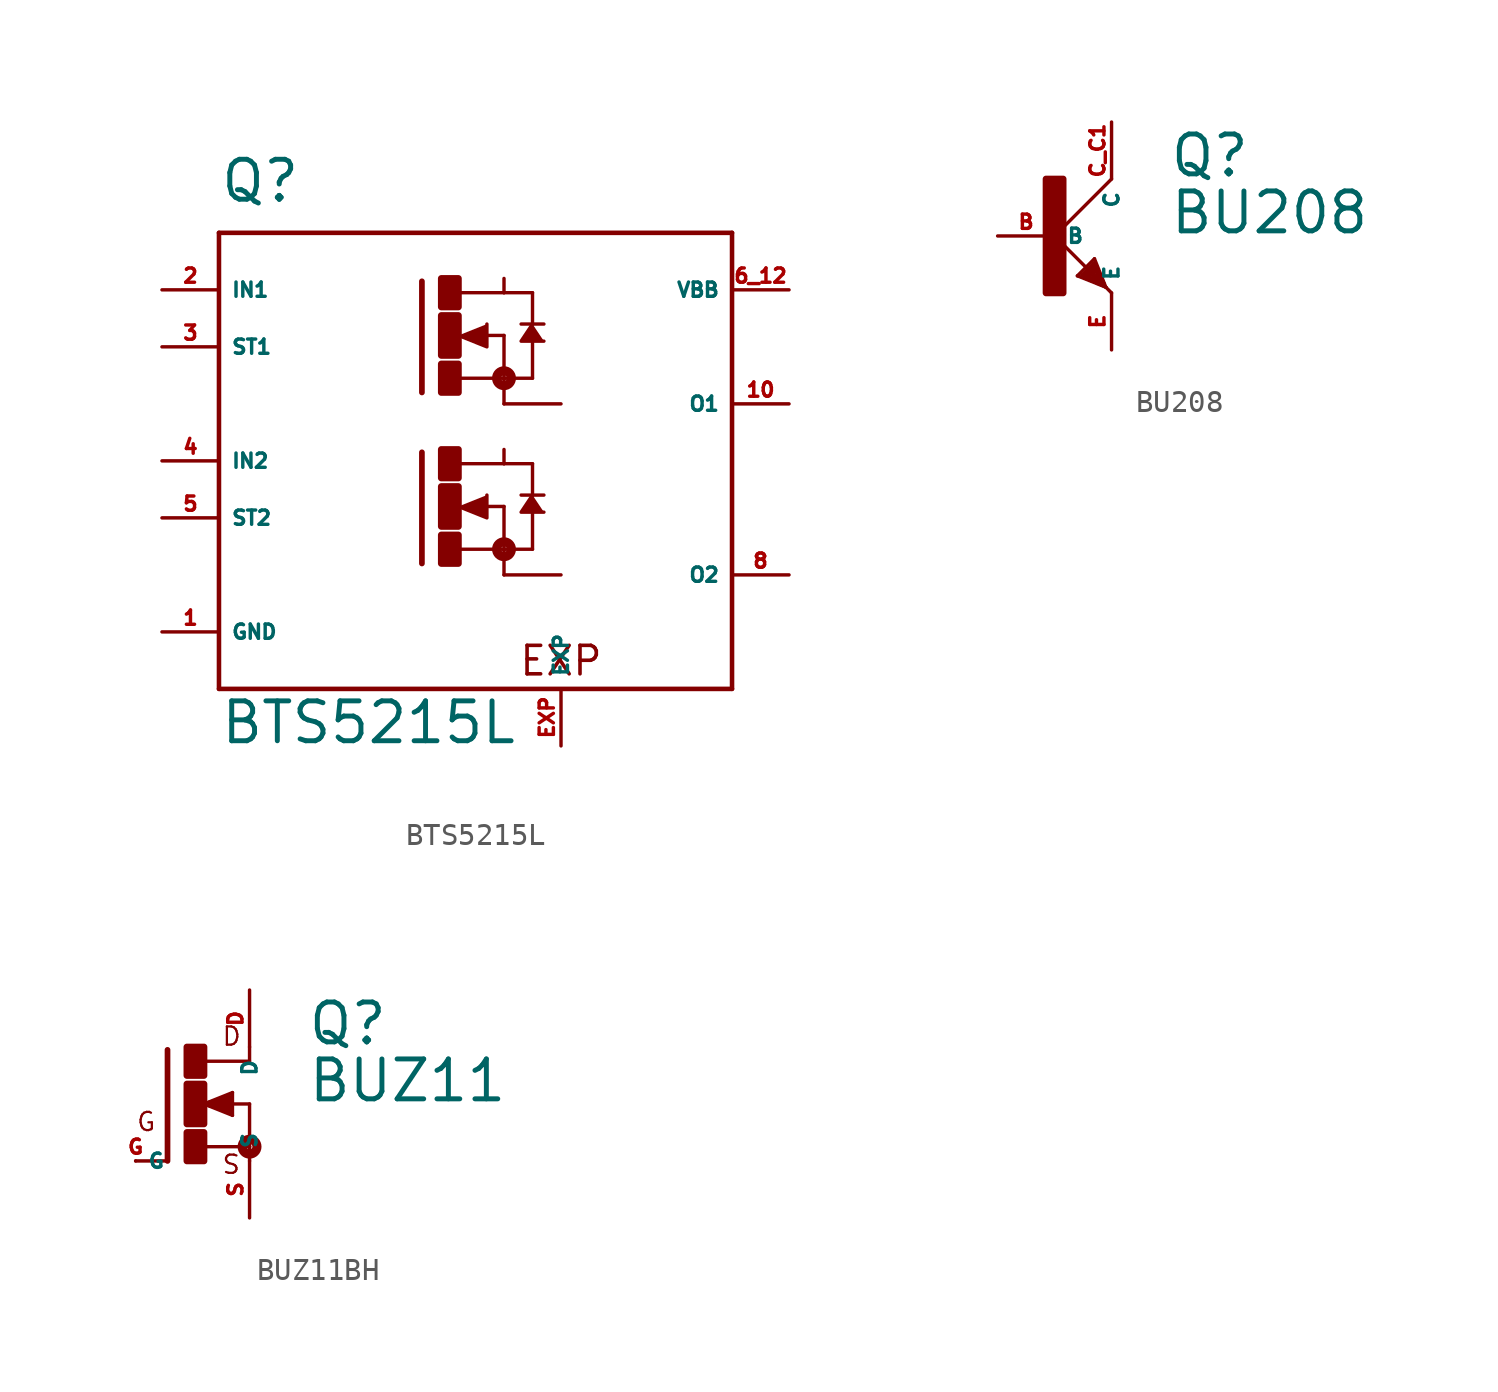
<source format=kicad_sym>
(kicad_symbol_lib
  (version 20220914)
  (generator Eagle2Kicad)
  (symbol "BTS5215L"
    (property "Reference" "Q"
      (at -10.16 11.43 0)
      (effects (font (size 1.778 1.778) (thickness 0.22)) (justify left bottom)))
    (property "Value" "BTS5215L"
      (at -10.16 -12.7 0)
      (effects (font (size 1.778 1.778) (thickness 0.22)) (justify left bottom)))
    (polyline
      (pts (xy 0.508 5.588) (xy 1.778 5.08) (xy 1.778 6.096))
      (stroke (width 0.152) (type default))
      (fill (type outline)))
    (polyline
      (pts (xy 3.81 6.096) (xy 3.302 5.334) (xy 4.318 5.334))
      (stroke (width 0.152) (type default))
      (fill (type outline)))
    (polyline
      (pts (xy 0.508 -2.032) (xy 1.778 -2.54) (xy 1.778 -1.524))
      (stroke (width 0.152) (type default))
      (fill (type outline)))
    (polyline
      (pts (xy 3.81 -1.524) (xy 3.302 -2.286) (xy 4.318 -2.286))
      (stroke (width 0.152) (type default))
      (fill (type outline)))
    (polyline
      (pts (xy -10.16 10.16) (xy -10.16 -10.16))
      (stroke (width 0.203) (type default))
      (fill (type none)))
    (polyline
      (pts (xy -10.16 -10.16) (xy 12.7 -10.16))
      (stroke (width 0.203) (type default))
      (fill (type none)))
    (polyline
      (pts (xy 12.7 -10.16) (xy 12.7 10.16))
      (stroke (width 0.203) (type default))
      (fill (type none)))
    (polyline
      (pts (xy 12.7 10.16) (xy -10.16 10.16))
      (stroke (width 0.203) (type default))
      (fill (type none)))
    (polyline
      (pts (xy -1.118 8.001) (xy -1.118 3.048))
      (stroke (width 0.254) (type default))
      (fill (type none)))
    (polyline
      (pts (xy 2.54 8.128) (xy 2.54 7.493))
      (stroke (width 0.152) (type default))
      (fill (type none)))
    (polyline
      (pts (xy 2.54 5.588) (xy 2.54 3.683))
      (stroke (width 0.152) (type default))
      (fill (type none)))
    (polyline
      (pts (xy 0.508 3.683) (xy 2.54 3.683))
      (stroke (width 0.152) (type default))
      (fill (type none)))
    (polyline
      (pts (xy 2.54 3.683) (xy 2.54 2.54))
      (stroke (width 0.152) (type default))
      (fill (type none)))
    (polyline
      (pts (xy 2.54 2.54) (xy 5.08 2.54))
      (stroke (width 0.152) (type default))
      (fill (type none)))
    (polyline
      (pts (xy 1.651 5.588) (xy 2.54 5.588))
      (stroke (width 0.152) (type default))
      (fill (type none)))
    (polyline
      (pts (xy 3.302 6.096) (xy 3.81 6.096))
      (stroke (width 0.152) (type default))
      (fill (type none)))
    (polyline
      (pts (xy 3.81 6.096) (xy 4.318 6.096))
      (stroke (width 0.152) (type default))
      (fill (type none)))
    (polyline
      (pts (xy 3.81 7.493) (xy 2.54 7.493))
      (stroke (width 0.152) (type default))
      (fill (type none)))
    (polyline
      (pts (xy 2.54 7.493) (xy 0.533 7.493))
      (stroke (width 0.152) (type default))
      (fill (type none)))
    (polyline
      (pts (xy 3.81 6.096) (xy 3.81 7.493))
      (stroke (width 0.152) (type default))
      (fill (type none)))
    (polyline
      (pts (xy 3.81 3.683) (xy 3.81 5.461))
      (stroke (width 0.152) (type default))
      (fill (type none)))
    (polyline
      (pts (xy 3.81 3.683) (xy 2.54 3.683))
      (stroke (width 0.152) (type default))
      (fill (type none)))
    (polyline
      (pts (xy -1.118 0.381) (xy -1.118 -4.572))
      (stroke (width 0.254) (type default))
      (fill (type none)))
    (polyline
      (pts (xy 2.54 0.508) (xy 2.54 -0.127))
      (stroke (width 0.152) (type default))
      (fill (type none)))
    (polyline
      (pts (xy 2.54 -2.032) (xy 2.54 -3.937))
      (stroke (width 0.152) (type default))
      (fill (type none)))
    (polyline
      (pts (xy 0.508 -3.937) (xy 2.54 -3.937))
      (stroke (width 0.152) (type default))
      (fill (type none)))
    (polyline
      (pts (xy 2.54 -3.937) (xy 2.54 -5.08))
      (stroke (width 0.152) (type default))
      (fill (type none)))
    (polyline
      (pts (xy 2.54 -5.08) (xy 5.08 -5.08))
      (stroke (width 0.152) (type default))
      (fill (type none)))
    (polyline
      (pts (xy 1.651 -2.032) (xy 2.54 -2.032))
      (stroke (width 0.152) (type default))
      (fill (type none)))
    (polyline
      (pts (xy 3.302 -1.524) (xy 3.81 -1.524))
      (stroke (width 0.152) (type default))
      (fill (type none)))
    (polyline
      (pts (xy 3.81 -1.524) (xy 4.318 -1.524))
      (stroke (width 0.152) (type default))
      (fill (type none)))
    (polyline
      (pts (xy 3.81 -0.127) (xy 2.54 -0.127))
      (stroke (width 0.152) (type default))
      (fill (type none)))
    (polyline
      (pts (xy 2.54 -0.127) (xy 0.533 -0.127))
      (stroke (width 0.152) (type default))
      (fill (type none)))
    (polyline
      (pts (xy 3.81 -1.524) (xy 3.81 -0.127))
      (stroke (width 0.152) (type default))
      (fill (type none)))
    (polyline
      (pts (xy 3.81 -3.937) (xy 3.81 -2.159))
      (stroke (width 0.152) (type default))
      (fill (type none)))
    (polyline
      (pts (xy 3.81 -3.937) (xy 2.54 -3.937))
      (stroke (width 0.152) (type default))
      (fill (type none)))
    (text "EXP"
      (at 5.08 -9.652 0)
      (effects (font (size 1.27 1.27) (thickness 0.16)) (justify bottom)))
    (circle
      (center 2.54 3.683)
      (radius 0.127)
      (stroke (width 0.406) (type default))
      (fill (type none)))
    (circle
      (center 2.54 -3.937)
      (radius 0.127)
      (stroke (width 0.406) (type default))
      (fill (type none)))
    (rectangle
      (start -0.254 3.048)
      (end 0.508 4.318)
      (stroke (width 0.3) (type default))
      (fill (type outline)))
    (rectangle
      (start -0.254 6.858)
      (end 0.508 8.128)
      (stroke (width 0.3) (type default))
      (fill (type outline)))
    (rectangle
      (start -0.254 4.699)
      (end 0.508 6.477)
      (stroke (width 0.3) (type default))
      (fill (type outline)))
    (rectangle
      (start -0.254 -4.572)
      (end 0.508 -3.302)
      (stroke (width 0.3) (type default))
      (fill (type outline)))
    (rectangle
      (start -0.254 -0.762)
      (end 0.508 0.508)
      (stroke (width 0.3) (type default))
      (fill (type outline)))
    (rectangle
      (start -0.254 -2.921)
      (end 0.508 -1.143)
      (stroke (width 0.3) (type default))
      (fill (type outline)))
    (pin input line
      (at -12.7 7.62 0)
      (length 2.54)
      (name "IN1" (effects (font (size 0.635 0.635) (thickness 0.08)) (justify left bottom)))
      (number "2" (effects (font (size 0.635 0.635) (thickness 0.08)) (justify left bottom))))
    (pin input line
      (at -12.7 0 0)
      (length 2.54)
      (name "IN2" (effects (font (size 0.635 0.635) (thickness 0.08)) (justify left bottom)))
      (number "4" (effects (font (size 0.635 0.635) (thickness 0.08)) (justify left bottom))))
    (pin input line
      (at -12.7 5.08 0)
      (length 2.54)
      (name "ST1" (effects (font (size 0.635 0.635) (thickness 0.08)) (justify left bottom)))
      (number "3" (effects (font (size 0.635 0.635) (thickness 0.08)) (justify left bottom))))
    (pin input line
      (at -12.7 -2.54 0)
      (length 2.54)
      (name "ST2" (effects (font (size 0.635 0.635) (thickness 0.08)) (justify left bottom)))
      (number "5" (effects (font (size 0.635 0.635) (thickness 0.08)) (justify left bottom))))
    (pin input line
      (at 15.24 2.54 180)
      (length 2.54)
      (name "O1" (effects (font (size 0.635 0.635) (thickness 0.08)) (justify left bottom)))
      (number "10" (effects (font (size 0.635 0.635) (thickness 0.08)) (justify left bottom))))
    (pin input line
      (at 15.24 -5.08 180)
      (length 2.54)
      (name "O2" (effects (font (size 0.635 0.635) (thickness 0.08)) (justify left bottom)))
      (number "8" (effects (font (size 0.635 0.635) (thickness 0.08)) (justify left bottom))))
    (pin unspecified line
      (at 15.24 7.62 180)
      (length 2.54)
      (name "VBB" (effects (font (size 0.635 0.635) (thickness 0.08)) (justify left bottom)))
      (number "6 12" (effects (font (size 0.635 0.635) (thickness 0.08)) (justify left bottom))))
    (pin unspecified line
      (at -12.7 -7.62 0)
      (length 2.54)
      (name "GND" (effects (font (size 0.635 0.635) (thickness 0.08)) (justify left bottom)))
      (number "1" (effects (font (size 0.635 0.635) (thickness 0.08)) (justify left bottom))))
    (pin passive line
      (at 5.08 -12.7 90)
      (length 2.54)
      (name "EXP" (effects (font (size 0.635 0.635) (thickness 0.08)) (justify left bottom)))
      (number "EXP" (effects (font (size 0.635 0.635) (thickness 0.08)) (justify left bottom)))))
  (symbol "BU208"
    (property "Reference" "Q"
      (at 5.08 2.54 0)
      (effects (font (size 1.778 1.778) (thickness 0.22)) (justify left bottom)))
    (property "Value" "BU208"
      (at 5.08 0 0)
      (effects (font (size 1.778 1.778) (thickness 0.22)) (justify left bottom)))
    (polyline
      (pts (xy 2.54 2.54) (xy 0 0))
      (stroke (width 0.152) (type default))
      (fill (type none)))
    (polyline
      (pts (xy 0 0) (xy 1.651 -1.651))
      (stroke (width 0.152) (type default))
      (fill (type none)))
    (polyline
      (pts (xy 2.159 -2.159) (xy 2.286 -2.286))
      (stroke (width 0.152) (type default))
      (fill (type none)))
    (polyline
      (pts (xy 1.778 -1.016) (xy 2.286 -2.286))
      (stroke (width 0.152) (type default))
      (fill (type none)))
    (polyline
      (pts (xy 2.286 -2.286) (xy 2.54 -2.54))
      (stroke (width 0.152) (type default))
      (fill (type none)))
    (polyline
      (pts (xy 2.286 -2.286) (xy 1.016 -1.778))
      (stroke (width 0.152) (type default))
      (fill (type none)))
    (polyline
      (pts (xy 1.016 -1.778) (xy 1.778 -1.016))
      (stroke (width 0.152) (type default))
      (fill (type none)))
    (polyline
      (pts (xy 2.159 -2.159) (xy 1.778 -1.27))
      (stroke (width 0.254) (type default))
      (fill (type none)))
    (polyline
      (pts (xy 1.778 -1.27) (xy 1.27 -1.778))
      (stroke (width 0.254) (type default))
      (fill (type none)))
    (polyline
      (pts (xy 1.27 -1.778) (xy 2.159 -2.159))
      (stroke (width 0.254) (type default))
      (fill (type none)))
    (polyline
      (pts (xy 2.159 -2.159) (xy 1.651 -1.651))
      (stroke (width 0.254) (type default))
      (fill (type none)))
    (polyline
      (pts (xy 1.524 -1.778) (xy 1.778 -1.524))
      (stroke (width 0.254) (type default))
      (fill (type none)))
    (rectangle
      (start -0.381 -2.54)
      (end 0.381 2.54)
      (stroke (width 0.3) (type default))
      (fill (type outline)))
    (pin passive line
      (at -2.54 0 0)
      (length 2.54)
      (name "B" (effects (font (size 0.635 0.635) (thickness 0.08)) (justify left bottom)))
      (number "B" (effects (font (size 0.635 0.635) (thickness 0.08)) (justify left bottom))))
    (pin passive line
      (at 2.54 -5.08 90)
      (length 2.54)
      (name "E" (effects (font (size 0.635 0.635) (thickness 0.08)) (justify left bottom)))
      (number "E" (effects (font (size 0.635 0.635) (thickness 0.08)) (justify left bottom))))
    (pin passive line
      (at 2.54 5.08 270)
      (length 2.54)
      (name "C" (effects (font (size 0.635 0.635) (thickness 0.08)) (justify left bottom)))
      (number "C C1" (effects (font (size 0.635 0.635) (thickness 0.08)) (justify left bottom)))))
  (symbol "BUZ11BH"
    (property "Reference" "Q"
      (at 5.08 2.54 0)
      (effects (font (size 1.778 1.778) (thickness 0.22)) (justify left bottom)))
    (property "Value" "BUZ11"
      (at 5.08 0 0)
      (effects (font (size 1.778 1.778) (thickness 0.22)) (justify left bottom)))
    (polyline
      (pts (xy -1.118 2.413) (xy -1.118 -2.54))
      (stroke (width 0.254) (type default))
      (fill (type none)))
    (polyline
      (pts (xy -1.118 -2.54) (xy -2.54 -2.54))
      (stroke (width 0.152) (type default))
      (fill (type none)))
    (polyline
      (pts (xy 2.54 1.905) (xy 0.533 1.905))
      (stroke (width 0.152) (type default))
      (fill (type none)))
    (polyline
      (pts (xy 2.54 2.54) (xy 2.54 1.905))
      (stroke (width 0.152) (type default))
      (fill (type none)))
    (polyline
      (pts (xy 2.54 0) (xy 2.54 -1.905))
      (stroke (width 0.152) (type default))
      (fill (type none)))
    (polyline
      (pts (xy 0.508 -1.905) (xy 2.54 -1.905))
      (stroke (width 0.152) (type default))
      (fill (type none)))
    (polyline
      (pts (xy 2.54 -1.905) (xy 2.54 -2.54))
      (stroke (width 0.152) (type default))
      (fill (type none)))
    (polyline
      (pts (xy 0.508 0) (xy 1.778 -0.508))
      (stroke (width 0.152) (type default))
      (fill (type none)))
    (polyline
      (pts (xy 1.778 -0.508) (xy 1.778 0.508))
      (stroke (width 0.152) (type default))
      (fill (type none)))
    (polyline
      (pts (xy 1.778 0.508) (xy 0.508 0))
      (stroke (width 0.152) (type default))
      (fill (type none)))
    (polyline
      (pts (xy 1.651 0) (xy 2.54 0))
      (stroke (width 0.152) (type default))
      (fill (type none)))
    (polyline
      (pts (xy 1.651 0.254) (xy 0.762 0))
      (stroke (width 0.305) (type default))
      (fill (type none)))
    (polyline
      (pts (xy 0.762 0) (xy 1.651 -0.254))
      (stroke (width 0.305) (type default))
      (fill (type none)))
    (polyline
      (pts (xy 1.651 -0.254) (xy 1.651 0))
      (stroke (width 0.305) (type default))
      (fill (type none)))
    (polyline
      (pts (xy 1.651 0) (xy 1.397 0))
      (stroke (width 0.305) (type default))
      (fill (type none)))
    (text "D"
      (at 1.27 2.54 0)
      (effects (font (size 0.813 0.813) (thickness 0.10)) (justify left bottom)))
    (text "S"
      (at 1.27 -3.175 0)
      (effects (font (size 0.813 0.813) (thickness 0.10)) (justify left bottom)))
    (text "G"
      (at -2.54 -1.27 0)
      (effects (font (size 0.813 0.813) (thickness 0.10)) (justify left bottom)))
    (circle
      (center 2.54 -1.905)
      (radius 0.127)
      (stroke (width 0.406) (type default))
      (fill (type none)))
    (rectangle
      (start -0.254 -2.54)
      (end 0.508 -1.27)
      (stroke (width 0.3) (type default))
      (fill (type outline)))
    (rectangle
      (start -0.254 1.27)
      (end 0.508 2.54)
      (stroke (width 0.3) (type default))
      (fill (type outline)))
    (rectangle
      (start -0.254 -0.889)
      (end 0.508 0.889)
      (stroke (width 0.3) (type default))
      (fill (type outline)))
    (pin passive line
      (at -2.54 -2.54 0)
      (length 0)
      (name "G" (effects (font (size 0.635 0.635) (thickness 0.08)) (justify left bottom)))
      (number "G" (effects (font (size 0.635 0.635) (thickness 0.08)) (justify left bottom))))
    (pin passive line
      (at 2.54 5.08 270)
      (length 2.54)
      (name "D" (effects (font (size 0.635 0.635) (thickness 0.08)) (justify left bottom)))
      (number "D" (effects (font (size 0.635 0.635) (thickness 0.08)) (justify left bottom))))
    (pin passive line
      (at 2.54 -5.08 90)
      (length 2.54)
      (name "S" (effects (font (size 0.635 0.635) (thickness 0.08)) (justify left bottom)))
      (number "S" (effects (font (size 0.635 0.635) (thickness 0.08)) (justify left bottom))))))
</source>
